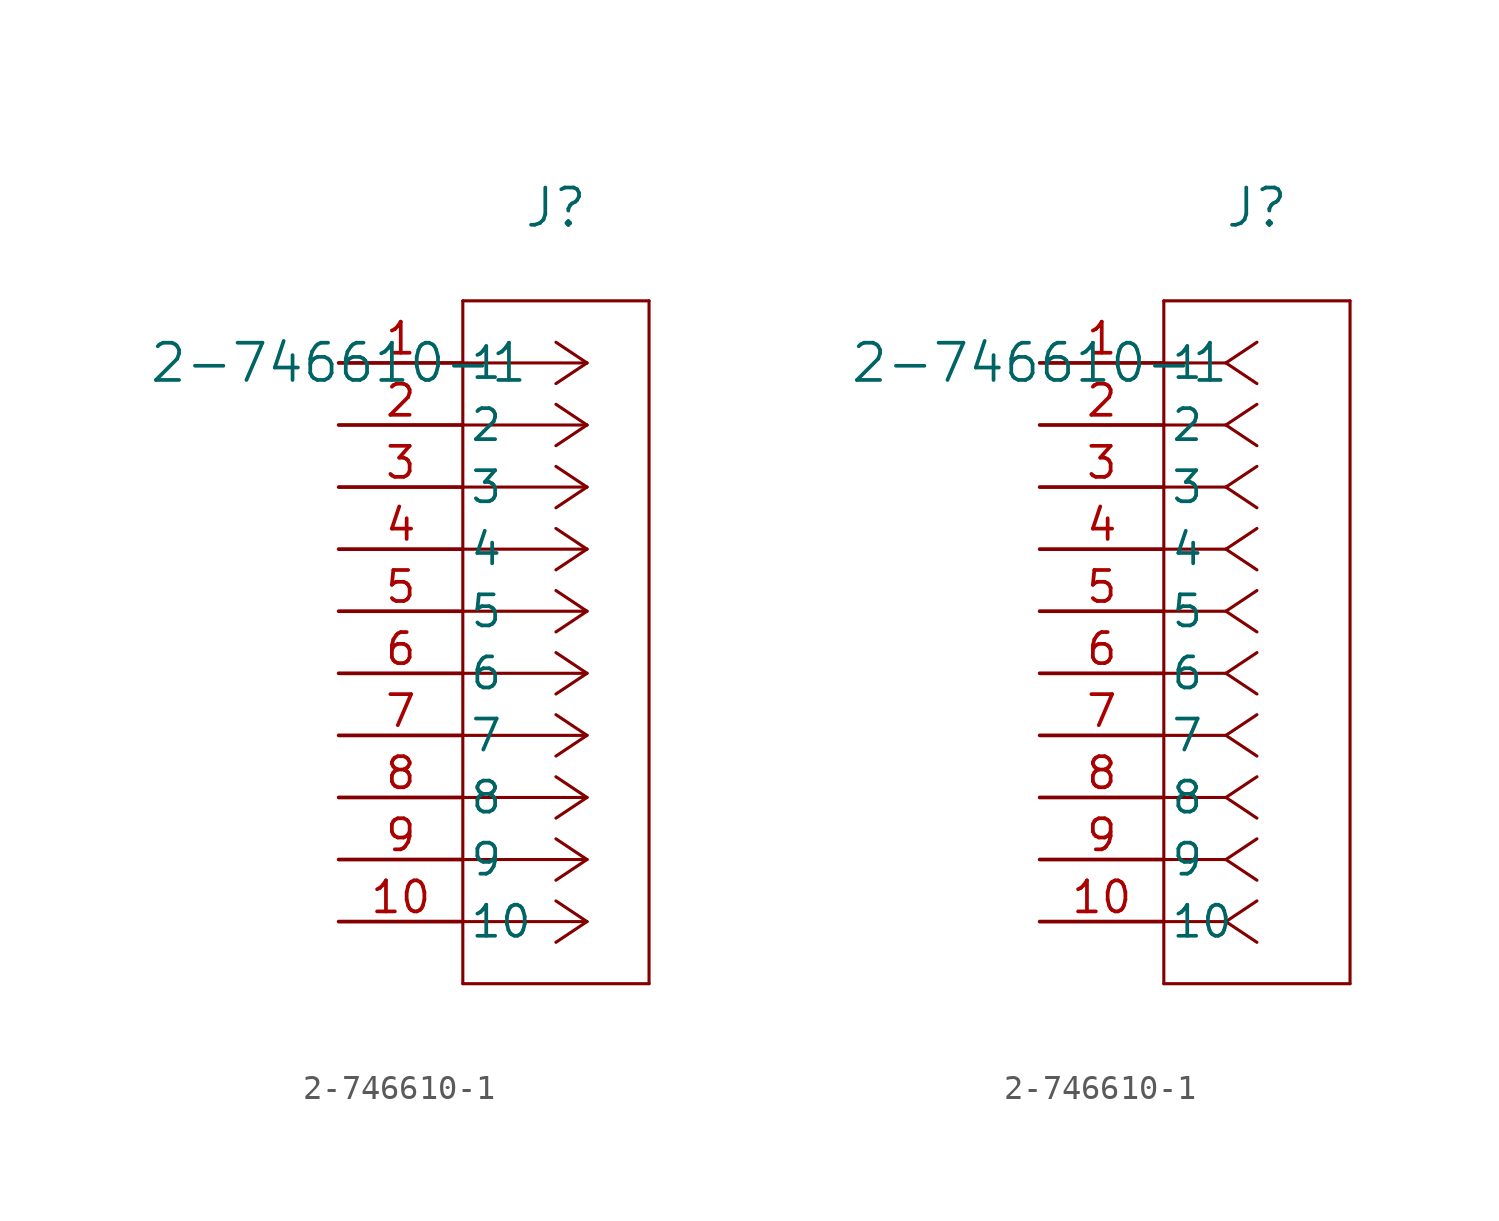
<source format=kicad_sym>
(kicad_symbol_lib
  (version 20211014)
  (generator kicad_symbol_editor)
  (symbol "2-746610-1"
    (pin_names
      (offset 0.254))
    (property "Reference" "J"
      (at 8.89 6.35 0)
      (effects (font (size 1.524 1.524))))
    (property "Value" "2-746610-1"
      (at 0 0 0)
      (effects (font (size 1.524 1.524))))
    (symbol "2-746610-1_1_1"
      (polyline (pts (xy 10.16 0) (xy 5.08 0)) (stroke (width 0.127) (type default) (color 0 0 0 0)) (fill (type none)))
      (polyline (pts (xy 10.16 -2.54) (xy 5.08 -2.54)) (stroke (width 0.127) (type default) (color 0 0 0 0)) (fill (type none)))
      (polyline (pts (xy 10.16 -5.08) (xy 5.08 -5.08)) (stroke (width 0.127) (type default) (color 0 0 0 0)) (fill (type none)))
      (polyline (pts (xy 10.16 -7.62) (xy 5.08 -7.62)) (stroke (width 0.127) (type default) (color 0 0 0 0)) (fill (type none)))
      (polyline (pts (xy 10.16 -10.16) (xy 5.08 -10.16)) (stroke (width 0.127) (type default) (color 0 0 0 0)) (fill (type none)))
      (polyline (pts (xy 10.16 -12.7) (xy 5.08 -12.7)) (stroke (width 0.127) (type default) (color 0 0 0 0)) (fill (type none)))
      (polyline (pts (xy 10.16 -15.24) (xy 5.08 -15.24)) (stroke (width 0.127) (type default) (color 0 0 0 0)) (fill (type none)))
      (polyline (pts (xy 10.16 -17.78) (xy 5.08 -17.78)) (stroke (width 0.127) (type default) (color 0 0 0 0)) (fill (type none)))
      (polyline (pts (xy 10.16 -20.32) (xy 5.08 -20.32)) (stroke (width 0.127) (type default) (color 0 0 0 0)) (fill (type none)))
      (polyline (pts (xy 10.16 -22.86) (xy 5.08 -22.86)) (stroke (width 0.127) (type default) (color 0 0 0 0)) (fill (type none)))
      (polyline (pts (xy 10.16 0) (xy 8.89 0.847)) (stroke (width 0.127) (type default) (color 0 0 0 0)) (fill (type none)))
      (polyline (pts (xy 10.16 -2.54) (xy 8.89 -1.693)) (stroke (width 0.127) (type default) (color 0 0 0 0)) (fill (type none)))
      (polyline (pts (xy 10.16 -5.08) (xy 8.89 -4.233)) (stroke (width 0.127) (type default) (color 0 0 0 0)) (fill (type none)))
      (polyline (pts (xy 10.16 -7.62) (xy 8.89 -6.773)) (stroke (width 0.127) (type default) (color 0 0 0 0)) (fill (type none)))
      (polyline (pts (xy 10.16 -10.16) (xy 8.89 -9.313)) (stroke (width 0.127) (type default) (color 0 0 0 0)) (fill (type none)))
      (polyline (pts (xy 10.16 -12.7) (xy 8.89 -11.853)) (stroke (width 0.127) (type default) (color 0 0 0 0)) (fill (type none)))
      (polyline (pts (xy 10.16 -15.24) (xy 8.89 -14.393)) (stroke (width 0.127) (type default) (color 0 0 0 0)) (fill (type none)))
      (polyline (pts (xy 10.16 -17.78) (xy 8.89 -16.933)) (stroke (width 0.127) (type default) (color 0 0 0 0)) (fill (type none)))
      (polyline (pts (xy 10.16 -20.32) (xy 8.89 -19.473)) (stroke (width 0.127) (type default) (color 0 0 0 0)) (fill (type none)))
      (polyline (pts (xy 10.16 -22.86) (xy 8.89 -22.013)) (stroke (width 0.127) (type default) (color 0 0 0 0)) (fill (type none)))
      (polyline (pts (xy 10.16 0) (xy 8.89 -0.847)) (stroke (width 0.127) (type default) (color 0 0 0 0)) (fill (type none)))
      (polyline (pts (xy 10.16 -2.54) (xy 8.89 -3.387)) (stroke (width 0.127) (type default) (color 0 0 0 0)) (fill (type none)))
      (polyline (pts (xy 10.16 -5.08) (xy 8.89 -5.927)) (stroke (width 0.127) (type default) (color 0 0 0 0)) (fill (type none)))
      (polyline (pts (xy 10.16 -7.62) (xy 8.89 -8.467)) (stroke (width 0.127) (type default) (color 0 0 0 0)) (fill (type none)))
      (polyline (pts (xy 10.16 -10.16) (xy 8.89 -11.007)) (stroke (width 0.127) (type default) (color 0 0 0 0)) (fill (type none)))
      (polyline (pts (xy 10.16 -12.7) (xy 8.89 -13.547)) (stroke (width 0.127) (type default) (color 0 0 0 0)) (fill (type none)))
      (polyline (pts (xy 10.16 -15.24) (xy 8.89 -16.087)) (stroke (width 0.127) (type default) (color 0 0 0 0)) (fill (type none)))
      (polyline (pts (xy 10.16 -17.78) (xy 8.89 -18.627)) (stroke (width 0.127) (type default) (color 0 0 0 0)) (fill (type none)))
      (polyline (pts (xy 10.16 -20.32) (xy 8.89 -21.167)) (stroke (width 0.127) (type default) (color 0 0 0 0)) (fill (type none)))
      (polyline (pts (xy 10.16 -22.86) (xy 8.89 -23.707)) (stroke (width 0.127) (type default) (color 0 0 0 0)) (fill (type none)))
      (polyline (pts (xy 5.08 2.54) (xy 5.08 -25.4)) (stroke (width 0.127) (type default) (color 0 0 0 0)) (fill (type none)))
      (polyline (pts (xy 5.08 -25.4) (xy 12.7 -25.4)) (stroke (width 0.127) (type default) (color 0 0 0 0)) (fill (type none)))
      (polyline (pts (xy 12.7 -25.4) (xy 12.7 2.54)) (stroke (width 0.127) (type default) (color 0 0 0 0)) (fill (type none)))
      (polyline (pts (xy 12.7 2.54) (xy 5.08 2.54)) (stroke (width 0.127) (type default) (color 0 0 0 0)) (fill (type none)))
      (pin unspecified line (at 0 0 0) (length 5.08) (name "1" (effects (font (size 1.27 1.27)))) (number "1" (effects (font (size 1.27 1.27)))))
      (pin unspecified line (at 0 -2.54 0) (length 5.08) (name "2" (effects (font (size 1.27 1.27)))) (number "2" (effects (font (size 1.27 1.27)))))
      (pin unspecified line (at 0 -5.08 0) (length 5.08) (name "3" (effects (font (size 1.27 1.27)))) (number "3" (effects (font (size 1.27 1.27)))))
      (pin unspecified line (at 0 -7.62 0) (length 5.08) (name "4" (effects (font (size 1.27 1.27)))) (number "4" (effects (font (size 1.27 1.27)))))
      (pin unspecified line (at 0 -10.16 0) (length 5.08) (name "5" (effects (font (size 1.27 1.27)))) (number "5" (effects (font (size 1.27 1.27)))))
      (pin unspecified line (at 0 -12.7 0) (length 5.08) (name "6" (effects (font (size 1.27 1.27)))) (number "6" (effects (font (size 1.27 1.27)))))
      (pin unspecified line (at 0 -15.24 0) (length 5.08) (name "7" (effects (font (size 1.27 1.27)))) (number "7" (effects (font (size 1.27 1.27)))))
      (pin unspecified line (at 0 -17.78 0) (length 5.08) (name "8" (effects (font (size 1.27 1.27)))) (number "8" (effects (font (size 1.27 1.27)))))
      (pin unspecified line (at 0 -20.32 0) (length 5.08) (name "9" (effects (font (size 1.27 1.27)))) (number "9" (effects (font (size 1.27 1.27)))))
      (pin unspecified line (at 0 -22.86 0) (length 5.08) (name "10" (effects (font (size 1.27 1.27)))) (number "10" (effects (font (size 1.27 1.27))))))
    (symbol "2-746610-1_1_2"
      (polyline (pts (xy 7.62 0) (xy 5.08 0)) (stroke (width 0.127) (type default) (color 0 0 0 0)) (fill (type none)))
      (polyline (pts (xy 7.62 -2.54) (xy 5.08 -2.54)) (stroke (width 0.127) (type default) (color 0 0 0 0)) (fill (type none)))
      (polyline (pts (xy 7.62 -5.08) (xy 5.08 -5.08)) (stroke (width 0.127) (type default) (color 0 0 0 0)) (fill (type none)))
      (polyline (pts (xy 7.62 -7.62) (xy 5.08 -7.62)) (stroke (width 0.127) (type default) (color 0 0 0 0)) (fill (type none)))
      (polyline (pts (xy 7.62 -10.16) (xy 5.08 -10.16)) (stroke (width 0.127) (type default) (color 0 0 0 0)) (fill (type none)))
      (polyline (pts (xy 7.62 -12.7) (xy 5.08 -12.7)) (stroke (width 0.127) (type default) (color 0 0 0 0)) (fill (type none)))
      (polyline (pts (xy 7.62 -15.24) (xy 5.08 -15.24)) (stroke (width 0.127) (type default) (color 0 0 0 0)) (fill (type none)))
      (polyline (pts (xy 7.62 -17.78) (xy 5.08 -17.78)) (stroke (width 0.127) (type default) (color 0 0 0 0)) (fill (type none)))
      (polyline (pts (xy 7.62 -20.32) (xy 5.08 -20.32)) (stroke (width 0.127) (type default) (color 0 0 0 0)) (fill (type none)))
      (polyline (pts (xy 7.62 -22.86) (xy 5.08 -22.86)) (stroke (width 0.127) (type default) (color 0 0 0 0)) (fill (type none)))
      (polyline (pts (xy 7.62 0) (xy 8.89 0.847)) (stroke (width 0.127) (type default) (color 0 0 0 0)) (fill (type none)))
      (polyline (pts (xy 7.62 -2.54) (xy 8.89 -1.693)) (stroke (width 0.127) (type default) (color 0 0 0 0)) (fill (type none)))
      (polyline (pts (xy 7.62 -5.08) (xy 8.89 -4.233)) (stroke (width 0.127) (type default) (color 0 0 0 0)) (fill (type none)))
      (polyline (pts (xy 7.62 -7.62) (xy 8.89 -6.773)) (stroke (width 0.127) (type default) (color 0 0 0 0)) (fill (type none)))
      (polyline (pts (xy 7.62 -10.16) (xy 8.89 -9.313)) (stroke (width 0.127) (type default) (color 0 0 0 0)) (fill (type none)))
      (polyline (pts (xy 7.62 -12.7) (xy 8.89 -11.853)) (stroke (width 0.127) (type default) (color 0 0 0 0)) (fill (type none)))
      (polyline (pts (xy 7.62 -15.24) (xy 8.89 -14.393)) (stroke (width 0.127) (type default) (color 0 0 0 0)) (fill (type none)))
      (polyline (pts (xy 7.62 -17.78) (xy 8.89 -16.933)) (stroke (width 0.127) (type default) (color 0 0 0 0)) (fill (type none)))
      (polyline (pts (xy 7.62 -20.32) (xy 8.89 -19.473)) (stroke (width 0.127) (type default) (color 0 0 0 0)) (fill (type none)))
      (polyline (pts (xy 7.62 -22.86) (xy 8.89 -22.013)) (stroke (width 0.127) (type default) (color 0 0 0 0)) (fill (type none)))
      (polyline (pts (xy 7.62 0) (xy 8.89 -0.847)) (stroke (width 0.127) (type default) (color 0 0 0 0)) (fill (type none)))
      (polyline (pts (xy 7.62 -2.54) (xy 8.89 -3.387)) (stroke (width 0.127) (type default) (color 0 0 0 0)) (fill (type none)))
      (polyline (pts (xy 7.62 -5.08) (xy 8.89 -5.927)) (stroke (width 0.127) (type default) (color 0 0 0 0)) (fill (type none)))
      (polyline (pts (xy 7.62 -7.62) (xy 8.89 -8.467)) (stroke (width 0.127) (type default) (color 0 0 0 0)) (fill (type none)))
      (polyline (pts (xy 7.62 -10.16) (xy 8.89 -11.007)) (stroke (width 0.127) (type default) (color 0 0 0 0)) (fill (type none)))
      (polyline (pts (xy 7.62 -12.7) (xy 8.89 -13.547)) (stroke (width 0.127) (type default) (color 0 0 0 0)) (fill (type none)))
      (polyline (pts (xy 7.62 -15.24) (xy 8.89 -16.087)) (stroke (width 0.127) (type default) (color 0 0 0 0)) (fill (type none)))
      (polyline (pts (xy 7.62 -17.78) (xy 8.89 -18.627)) (stroke (width 0.127) (type default) (color 0 0 0 0)) (fill (type none)))
      (polyline (pts (xy 7.62 -20.32) (xy 8.89 -21.167)) (stroke (width 0.127) (type default) (color 0 0 0 0)) (fill (type none)))
      (polyline (pts (xy 7.62 -22.86) (xy 8.89 -23.707)) (stroke (width 0.127) (type default) (color 0 0 0 0)) (fill (type none)))
      (polyline (pts (xy 5.08 2.54) (xy 5.08 -25.4)) (stroke (width 0.127) (type default) (color 0 0 0 0)) (fill (type none)))
      (polyline (pts (xy 5.08 -25.4) (xy 12.7 -25.4)) (stroke (width 0.127) (type default) (color 0 0 0 0)) (fill (type none)))
      (polyline (pts (xy 12.7 -25.4) (xy 12.7 2.54)) (stroke (width 0.127) (type default) (color 0 0 0 0)) (fill (type none)))
      (polyline (pts (xy 12.7 2.54) (xy 5.08 2.54)) (stroke (width 0.127) (type default) (color 0 0 0 0)) (fill (type none)))
      (pin unspecified line (at 0 0 0) (length 5.08) (name "1" (effects (font (size 1.27 1.27)))) (number "1" (effects (font (size 1.27 1.27)))))
      (pin unspecified line (at 0 -2.54 0) (length 5.08) (name "2" (effects (font (size 1.27 1.27)))) (number "2" (effects (font (size 1.27 1.27)))))
      (pin unspecified line (at 0 -5.08 0) (length 5.08) (name "3" (effects (font (size 1.27 1.27)))) (number "3" (effects (font (size 1.27 1.27)))))
      (pin unspecified line (at 0 -7.62 0) (length 5.08) (name "4" (effects (font (size 1.27 1.27)))) (number "4" (effects (font (size 1.27 1.27)))))
      (pin unspecified line (at 0 -10.16 0) (length 5.08) (name "5" (effects (font (size 1.27 1.27)))) (number "5" (effects (font (size 1.27 1.27)))))
      (pin unspecified line (at 0 -12.7 0) (length 5.08) (name "6" (effects (font (size 1.27 1.27)))) (number "6" (effects (font (size 1.27 1.27)))))
      (pin unspecified line (at 0 -15.24 0) (length 5.08) (name "7" (effects (font (size 1.27 1.27)))) (number "7" (effects (font (size 1.27 1.27)))))
      (pin unspecified line (at 0 -17.78 0) (length 5.08) (name "8" (effects (font (size 1.27 1.27)))) (number "8" (effects (font (size 1.27 1.27)))))
      (pin unspecified line (at 0 -20.32 0) (length 5.08) (name "9" (effects (font (size 1.27 1.27)))) (number "9" (effects (font (size 1.27 1.27)))))
      (pin unspecified line (at 0 -22.86 0) (length 5.08) (name "10" (effects (font (size 1.27 1.27)))) (number "10" (effects (font (size 1.27 1.27))))))))
</source>
